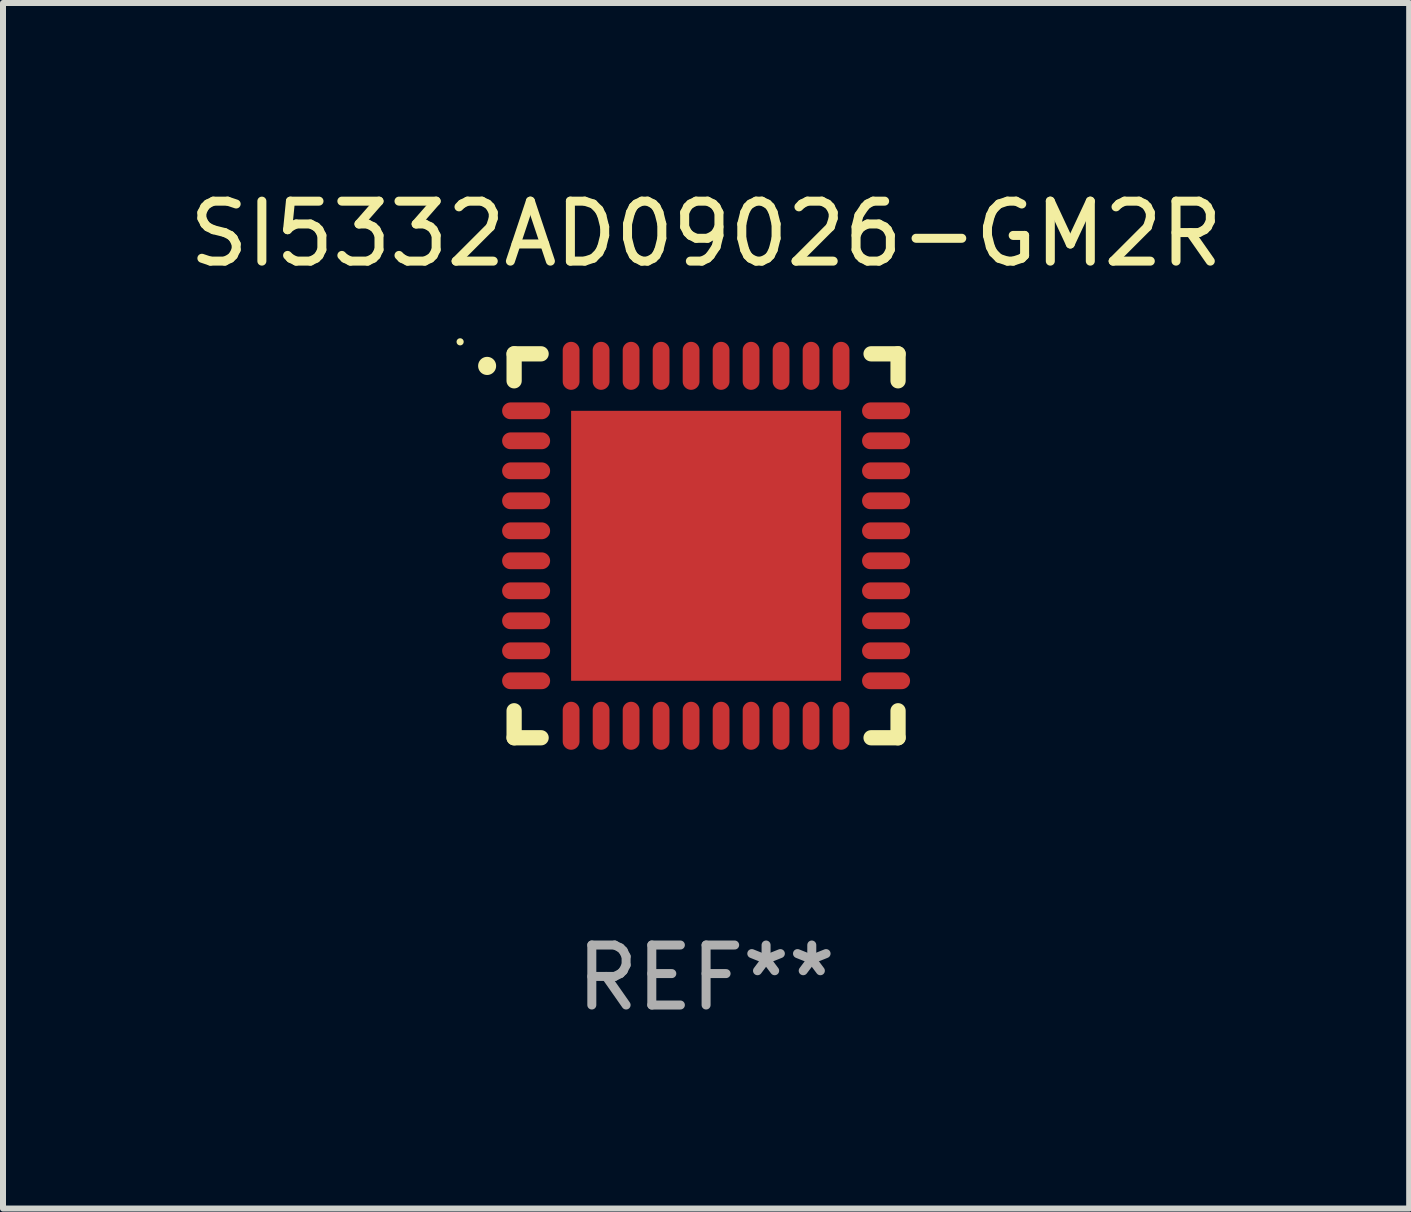
<source format=kicad_pcb>
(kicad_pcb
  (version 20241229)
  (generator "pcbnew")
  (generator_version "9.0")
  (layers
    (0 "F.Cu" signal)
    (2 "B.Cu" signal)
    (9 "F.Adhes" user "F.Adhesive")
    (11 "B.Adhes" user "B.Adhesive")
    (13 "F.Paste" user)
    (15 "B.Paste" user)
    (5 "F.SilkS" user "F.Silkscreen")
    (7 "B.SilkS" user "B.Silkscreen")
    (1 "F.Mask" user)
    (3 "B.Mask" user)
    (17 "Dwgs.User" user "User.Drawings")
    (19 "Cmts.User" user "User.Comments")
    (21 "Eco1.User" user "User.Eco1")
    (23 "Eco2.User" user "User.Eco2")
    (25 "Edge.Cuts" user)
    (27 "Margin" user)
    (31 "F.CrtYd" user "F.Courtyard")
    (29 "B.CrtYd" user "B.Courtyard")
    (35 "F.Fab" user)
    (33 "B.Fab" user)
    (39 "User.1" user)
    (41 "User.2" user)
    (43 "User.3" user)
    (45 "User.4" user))
  (footprint "SI5332AD09026-GM2R"
    (layer "F.Cu")
    (at 8.72 6.048)
    (property "Reference" "SI5332AD09026-GM2R" (at 0 -5.2 0) (layer "F.SilkS") (effects (font (size 1 1) (thickness 0.15))))
    (attr through_hole)
    (fp_line (start -3.2 -3.2) (end -2.75 -3.2) (stroke (width 0.254) (type solid)) (layer "F.SilkS"))
    (fp_line (start -3.2 -2.75) (end -3.2 -3.2) (stroke (width 0.254) (type solid)) (layer "F.SilkS"))
    (fp_line (start -3.2 3.2) (end -3.2 2.75) (stroke (width 0.254) (type solid)) (layer "F.SilkS"))
    (fp_line (start -2.75 3.2) (end -3.2 3.2) (stroke (width 0.254) (type solid)) (layer "F.SilkS"))
    (fp_line (start 2.75 3.2) (end 3.2 3.2) (stroke (width 0.254) (type solid)) (layer "F.SilkS"))
    (fp_line (start 3.2 -3.2) (end 2.75 -3.2) (stroke (width 0.254) (type solid)) (layer "F.SilkS"))
    (fp_line (start 3.2 -2.75) (end 3.2 -3.2) (stroke (width 0.254) (type solid)) (layer "F.SilkS"))
    (fp_line (start 3.2 3.2) (end 3.2 2.75) (stroke (width 0.254) (type solid)) (layer "F.SilkS"))
    (fp_arc (start -3.649987 -2.997206) (mid -3.649992 -2.998476) (end -3.649987 -2.999746) (stroke (width 0.3) (type solid)) (layer "F.SilkS"))
    (fp_circle (center -4.1 -3.4) (end -4.07 -3.4) (stroke (width 0.06) (type solid)) (fill no) (layer "F.SilkS"))
    (fp_text user "REF**" (at 0 7.2 0) (layer "F.Fab") (effects (font (size 1 1) (thickness 0.15))))
    (pad "1" smd oval (at -3 -2.25 90) (size 0.28 0.8) (layers "F.Cu" "F.Mask" "F.Paste"))
    (pad "2" smd oval (at -3 -1.75 90) (size 0.28 0.8) (layers "F.Cu" "F.Mask" "F.Paste"))
    (pad "3" smd oval (at -3 -1.25 90) (size 0.28 0.8) (layers "F.Cu" "F.Mask" "F.Paste"))
    (pad "4" smd oval (at -3 -0.75 90) (size 0.28 0.8) (layers "F.Cu" "F.Mask" "F.Paste"))
    (pad "5" smd oval (at -3 -0.25 90) (size 0.28 0.8) (layers "F.Cu" "F.Mask" "F.Paste"))
    (pad "6" smd oval (at -3 0.25 90) (size 0.28 0.8) (layers "F.Cu" "F.Mask" "F.Paste"))
    (pad "7" smd oval (at -3 0.75 90) (size 0.28 0.8) (layers "F.Cu" "F.Mask" "F.Paste"))
    (pad "8" smd oval (at -3 1.25 90) (size 0.28 0.8) (layers "F.Cu" "F.Mask" "F.Paste"))
    (pad "9" smd oval (at -3 1.75 90) (size 0.28 0.8) (layers "F.Cu" "F.Mask" "F.Paste"))
    (pad "10" smd oval (at -3 2.25 90) (size 0.28 0.8) (layers "F.Cu" "F.Mask" "F.Paste"))
    (pad "11" smd oval (at -2.25 3) (size 0.28 0.8) (layers "F.Cu" "F.Mask" "F.Paste"))
    (pad "12" smd oval (at -1.75 3) (size 0.28 0.8) (layers "F.Cu" "F.Mask" "F.Paste"))
    (pad "13" smd oval (at -1.25 3) (size 0.28 0.8) (layers "F.Cu" "F.Mask" "F.Paste"))
    (pad "14" smd oval (at -0.75 3) (size 0.28 0.8) (layers "F.Cu" "F.Mask" "F.Paste"))
    (pad "15" smd oval (at -0.25 3) (size 0.28 0.8) (layers "F.Cu" "F.Mask" "F.Paste"))
    (pad "16" smd oval (at 0.25 3) (size 0.28 0.8) (layers "F.Cu" "F.Mask" "F.Paste"))
    (pad "17" smd oval (at 0.75 3) (size 0.28 0.8) (layers "F.Cu" "F.Mask" "F.Paste"))
    (pad "18" smd oval (at 1.25 3) (size 0.28 0.8) (layers "F.Cu" "F.Mask" "F.Paste"))
    (pad "19" smd oval (at 1.75 3) (size 0.28 0.8) (layers "F.Cu" "F.Mask" "F.Paste"))
    (pad "20" smd oval (at 2.25 3) (size 0.28 0.8) (layers "F.Cu" "F.Mask" "F.Paste"))
    (pad "21" smd oval (at 3 2.25 90) (size 0.28 0.8) (layers "F.Cu" "F.Mask" "F.Paste"))
    (pad "22" smd oval (at 3 1.75 90) (size 0.28 0.8) (layers "F.Cu" "F.Mask" "F.Paste"))
    (pad "23" smd oval (at 3 1.25 90) (size 0.28 0.8) (layers "F.Cu" "F.Mask" "F.Paste"))
    (pad "24" smd oval (at 3 0.75 90) (size 0.28 0.8) (layers "F.Cu" "F.Mask" "F.Paste"))
    (pad "25" smd oval (at 3 0.25 90) (size 0.28 0.8) (layers "F.Cu" "F.Mask" "F.Paste"))
    (pad "26" smd oval (at 3 -0.25 90) (size 0.28 0.8) (layers "F.Cu" "F.Mask" "F.Paste"))
    (pad "27" smd oval (at 3 -0.75 90) (size 0.28 0.8) (layers "F.Cu" "F.Mask" "F.Paste"))
    (pad "28" smd oval (at 3 -1.25 90) (size 0.28 0.8) (layers "F.Cu" "F.Mask" "F.Paste"))
    (pad "29" smd oval (at 3 -1.75 90) (size 0.28 0.8) (layers "F.Cu" "F.Mask" "F.Paste"))
    (pad "30" smd oval (at 3 -2.25 90) (size 0.28 0.8) (layers "F.Cu" "F.Mask" "F.Paste"))
    (pad "31" smd oval (at 2.25 -3) (size 0.28 0.8) (layers "F.Cu" "F.Mask" "F.Paste"))
    (pad "32" smd oval (at 1.75 -3) (size 0.28 0.8) (layers "F.Cu" "F.Mask" "F.Paste"))
    (pad "33" smd oval (at 1.25 -3) (size 0.28 0.8) (layers "F.Cu" "F.Mask" "F.Paste"))
    (pad "34" smd oval (at 0.75 -3) (size 0.28 0.8) (layers "F.Cu" "F.Mask" "F.Paste"))
    (pad "35" smd oval (at 0.25 -3) (size 0.28 0.8) (layers "F.Cu" "F.Mask" "F.Paste"))
    (pad "36" smd oval (at -0.25 -3) (size 0.28 0.8) (layers "F.Cu" "F.Mask" "F.Paste"))
    (pad "37" smd oval (at -0.75 -3) (size 0.28 0.8) (layers "F.Cu" "F.Mask" "F.Paste"))
    (pad "38" smd oval (at -1.25 -3) (size 0.28 0.8) (layers "F.Cu" "F.Mask" "F.Paste"))
    (pad "39" smd oval (at -1.75 -3) (size 0.28 0.8) (layers "F.Cu" "F.Mask" "F.Paste"))
    (pad "40" smd oval (at -2.25 -3) (size 0.28 0.8) (layers "F.Cu" "F.Mask" "F.Paste"))
    (pad "41" smd rect (at 0 0) (size 4.5 4.5) (layers "F.Cu" "F.Mask" "F.Paste")))
  (gr_rect
    (start -3 -3)
    (end 20.44 17.096)
    (stroke (width 0.1) (type default))
    (fill no)
    (layer "Edge.Cuts")))
</source>
